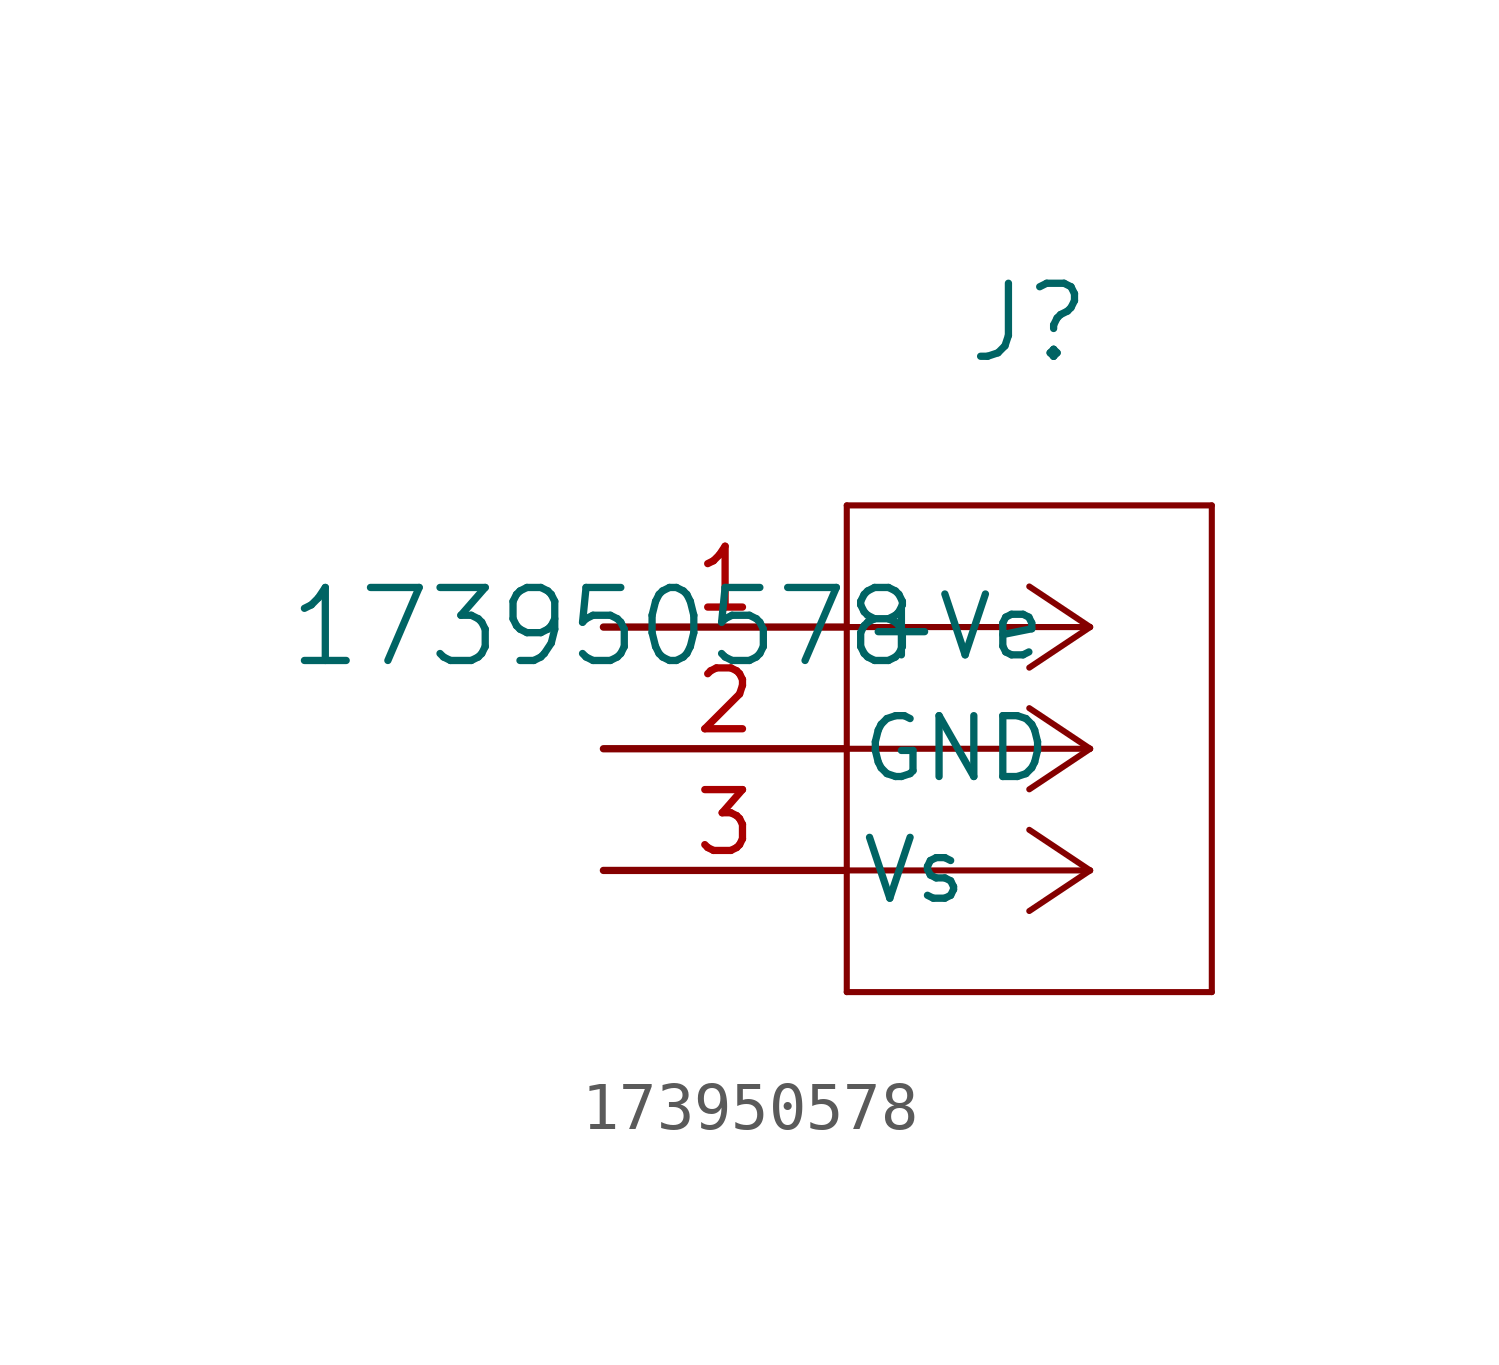
<source format=kicad_sym>
(kicad_symbol_lib
  (version 20220914)
  (generator kicad_symbol_editor)
  (symbol "173950578"
    (pin_names
      (offset 0.254))
    (property "Reference" "J"
      (at 8.89 6.35 0)
      (effects (font (size 1.524 1.524))))
    (property "Value" "173950578"
      (at 0 0 0)
      (effects (font (size 1.524 1.524))))
    (property "ki_locked" ""
      (at 0 0 0)
      (effects (font (size 1.27 1.27))))
    (symbol "173950578_0_1"
      (polyline (pts (xy 5.08 -7.62) (xy 12.7 -7.62)) (stroke (width 0.127) (type default)) (fill (type none)))
      (polyline (pts (xy 5.08 2.54) (xy 5.08 -7.62)) (stroke (width 0.127) (type default)) (fill (type none)))
      (polyline (pts (xy 10.16 -5.08) (xy 5.08 -5.08)) (stroke (width 0.127) (type default)) (fill (type none)))
      (polyline (pts (xy 10.16 -5.08) (xy 8.89 -5.927)) (stroke (width 0.127) (type default)) (fill (type none)))
      (polyline (pts (xy 10.16 -5.08) (xy 8.89 -4.233)) (stroke (width 0.127) (type default)) (fill (type none)))
      (polyline (pts (xy 10.16 -2.54) (xy 5.08 -2.54)) (stroke (width 0.127) (type default)) (fill (type none)))
      (polyline (pts (xy 10.16 -2.54) (xy 8.89 -3.387)) (stroke (width 0.127) (type default)) (fill (type none)))
      (polyline (pts (xy 10.16 -2.54) (xy 8.89 -1.693)) (stroke (width 0.127) (type default)) (fill (type none)))
      (polyline (pts (xy 10.16 0) (xy 5.08 0)) (stroke (width 0.127) (type default)) (fill (type none)))
      (polyline (pts (xy 10.16 0) (xy 8.89 -0.847)) (stroke (width 0.127) (type default)) (fill (type none)))
      (polyline (pts (xy 10.16 0) (xy 8.89 0.847)) (stroke (width 0.127) (type default)) (fill (type none)))
      (polyline (pts (xy 12.7 -7.62) (xy 12.7 2.54)) (stroke (width 0.127) (type default)) (fill (type none)))
      (polyline (pts (xy 12.7 2.54) (xy 5.08 2.54)) (stroke (width 0.127) (type default)) (fill (type none)))
      (pin power_in line (at 0 0 0) (length 5.08) (name "+Ve" (effects (font (size 1.27 1.27)))) (number "1" (effects (font (size 1.27 1.27)))))
      (pin power_in line (at 0 -2.54 0) (length 5.08) (name "GND" (effects (font (size 1.27 1.27)))) (number "2" (effects (font (size 1.27 1.27)))))
      (pin power_out line (at 0 -5.08 0) (length 5.08) (name "Vs" (effects (font (size 1.27 1.27)))) (number "3" (effects (font (size 1.27 1.27))))))))
</source>
